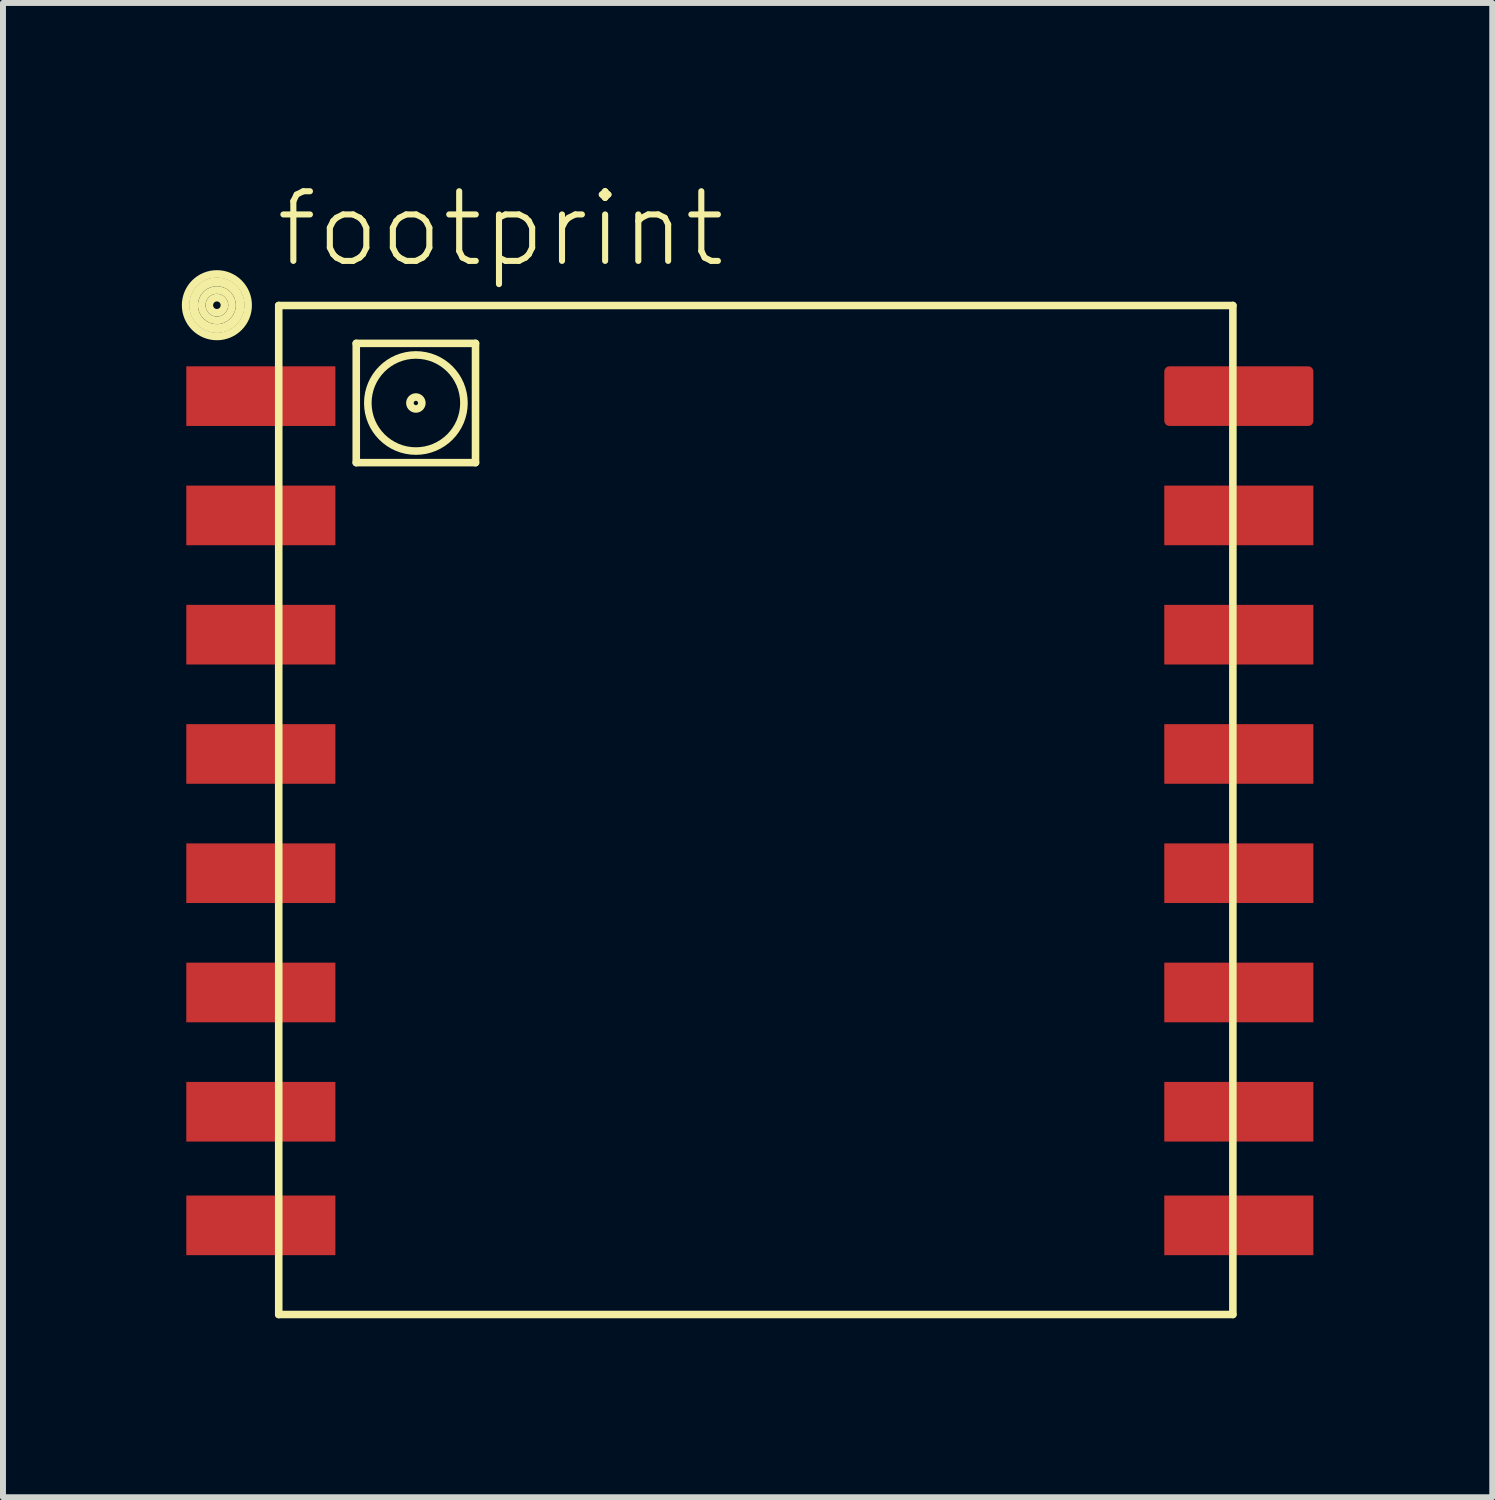
<source format=kicad_pcb>
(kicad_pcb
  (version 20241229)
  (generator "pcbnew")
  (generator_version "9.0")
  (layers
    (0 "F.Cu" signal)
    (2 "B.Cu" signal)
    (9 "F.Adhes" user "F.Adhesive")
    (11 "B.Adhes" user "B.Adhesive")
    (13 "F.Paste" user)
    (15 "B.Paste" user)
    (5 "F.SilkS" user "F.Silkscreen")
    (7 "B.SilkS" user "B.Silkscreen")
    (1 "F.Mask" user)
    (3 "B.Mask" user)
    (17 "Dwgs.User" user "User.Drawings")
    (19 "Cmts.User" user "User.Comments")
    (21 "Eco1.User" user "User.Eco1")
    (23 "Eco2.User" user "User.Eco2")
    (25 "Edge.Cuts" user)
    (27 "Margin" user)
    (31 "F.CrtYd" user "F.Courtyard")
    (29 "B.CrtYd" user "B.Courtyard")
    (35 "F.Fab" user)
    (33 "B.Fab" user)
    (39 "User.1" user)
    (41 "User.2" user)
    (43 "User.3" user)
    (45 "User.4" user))
  (footprint "footprint"
    (layer "F.Cu")
    (at 9.35 9.434)
    (property "Reference" "footprint" (at -7.826 -7.961 0) (layer "F.SilkS") (effects (font (size 1.168 1.168) (thickness 0.102)) (justify left bottom)))
    (fp_line (start -7.726 -7.361) (end -7.726 9.559) (stroke (width 0.127) (type solid)) (layer "F.SilkS"))
    (fp_line (start -7.726 9.559) (end 8.274 9.559) (stroke (width 0.127) (type solid)) (layer "F.SilkS"))
    (fp_line (start -6.426 -6.726) (end -6.426 -4.726) (stroke (width 0.127) (type solid)) (layer "F.SilkS"))
    (fp_line (start -6.426 -4.726) (end -4.426 -4.726) (stroke (width 0.127) (type solid)) (layer "F.SilkS"))
    (fp_line (start -4.426 -6.726) (end -6.426 -6.726) (stroke (width 0.127) (type solid)) (layer "F.SilkS"))
    (fp_line (start -4.426 -4.726) (end -4.426 -6.726) (stroke (width 0.127) (type solid)) (layer "F.SilkS"))
    (fp_line (start 8.274 -7.361) (end -7.726 -7.361) (stroke (width 0.127) (type solid)) (layer "F.SilkS"))
    (fp_line (start 8.274 9.559) (end 8.274 -7.361) (stroke (width 0.127) (type solid)) (layer "F.SilkS"))
    (fp_circle (center -8.763 -7.366) (end -8.636 -7.366) (stroke (width 0.127) (type solid)) (fill no) (layer "F.SilkS"))
    (fp_circle (center -8.763 -7.366) (end -8.509 -7.366) (stroke (width 0.127) (type solid)) (fill no) (layer "F.SilkS"))
    (fp_circle (center -8.763 -7.366) (end -8.382 -7.366) (stroke (width 0.127) (type solid)) (fill no) (layer "F.SilkS"))
    (fp_circle (center -8.763 -7.366) (end -8.361 -7.366) (stroke (width 0.127) (type solid)) (fill no) (layer "F.SilkS"))
    (fp_circle (center -8.763 -7.366) (end -8.239 -7.366) (stroke (width 0.127) (type solid)) (fill no) (layer "F.SilkS"))
    (fp_circle (center -5.426 -5.726) (end -5.326 -5.726) (stroke (width 0.127) (type solid)) (fill no) (layer "F.SilkS"))
    (fp_circle (center -5.426 -5.726) (end -4.62 -5.726) (stroke (width 0.127) (type solid)) (fill no) (layer "F.SilkS"))
    (pad "ADC" smd rect (at -8.026 -3.841) (size 2.5 1) (layers "F.Cu" "F.Mask" "F.Paste"))
    (pad "CH_PD" smd rect (at -8.026 -1.841) (size 2.5 1) (layers "F.Cu" "F.Mask" "F.Paste"))
    (pad "GND" smd rect (at 8.374 8.064) (size 2.5 1) (layers "F.Cu" "F.Mask" "F.Paste"))
    (pad "GPIO0" smd rect (at 8.374 2.159) (size 2.5 1) (layers "F.Cu" "F.Mask" "F.Paste"))
    (pad "GPIO2" smd rect (at 8.374 4.159) (size 2.5 1) (layers "F.Cu" "F.Mask" "F.Paste"))
    (pad "GPIO4" smd rect (at 8.374 -1.841) (size 2.5 1) (layers "F.Cu" "F.Mask" "F.Paste"))
    (pad "GPIO5" smd rect (at 8.374 0.159) (size 2.5 1) (layers "F.Cu" "F.Mask" "F.Paste"))
    (pad "GPIO12" smd rect (at -8.026 4.159) (size 2.5 1) (layers "F.Cu" "F.Mask" "F.Paste"))
    (pad "GPIO13" smd rect (at -8.026 6.159) (size 2.5 1) (layers "F.Cu" "F.Mask" "F.Paste"))
    (pad "GPIO14" smd rect (at -8.026 2.159) (size 2.5 1) (layers "F.Cu" "F.Mask" "F.Paste"))
    (pad "GPIO15" smd rect (at 8.374 6.159) (size 2.5 1) (layers "F.Cu" "F.Mask" "F.Paste"))
    (pad "GPIO16" smd rect (at -8.026 0.159) (size 2.5 1) (layers "F.Cu" "F.Mask" "F.Paste"))
    (pad "REST" smd rect (at -8.026 -5.841) (size 2.5 1) (layers "F.Cu" "F.Mask" "F.Paste"))
    (pad "RX" smd rect (at 8.374 -3.841) (size 2.5 1) (layers "F.Cu" "F.Mask" "F.Paste"))
    (pad "TX" smd roundrect (at 8.374 -5.841) (size 2.5 1) (layers "F.Cu" "F.Mask" "F.Paste") (roundrect_rratio 0.085))
    (pad "VCC" smd rect (at -8.026 8.064) (size 2.5 1) (layers "F.Cu" "F.Mask" "F.Paste")))
  (gr_rect
    (start -3 -3)
    (end 21.974 22.057)
    (stroke (width 0.1) (type default))
    (fill no)
    (layer "Edge.Cuts")))
</source>
